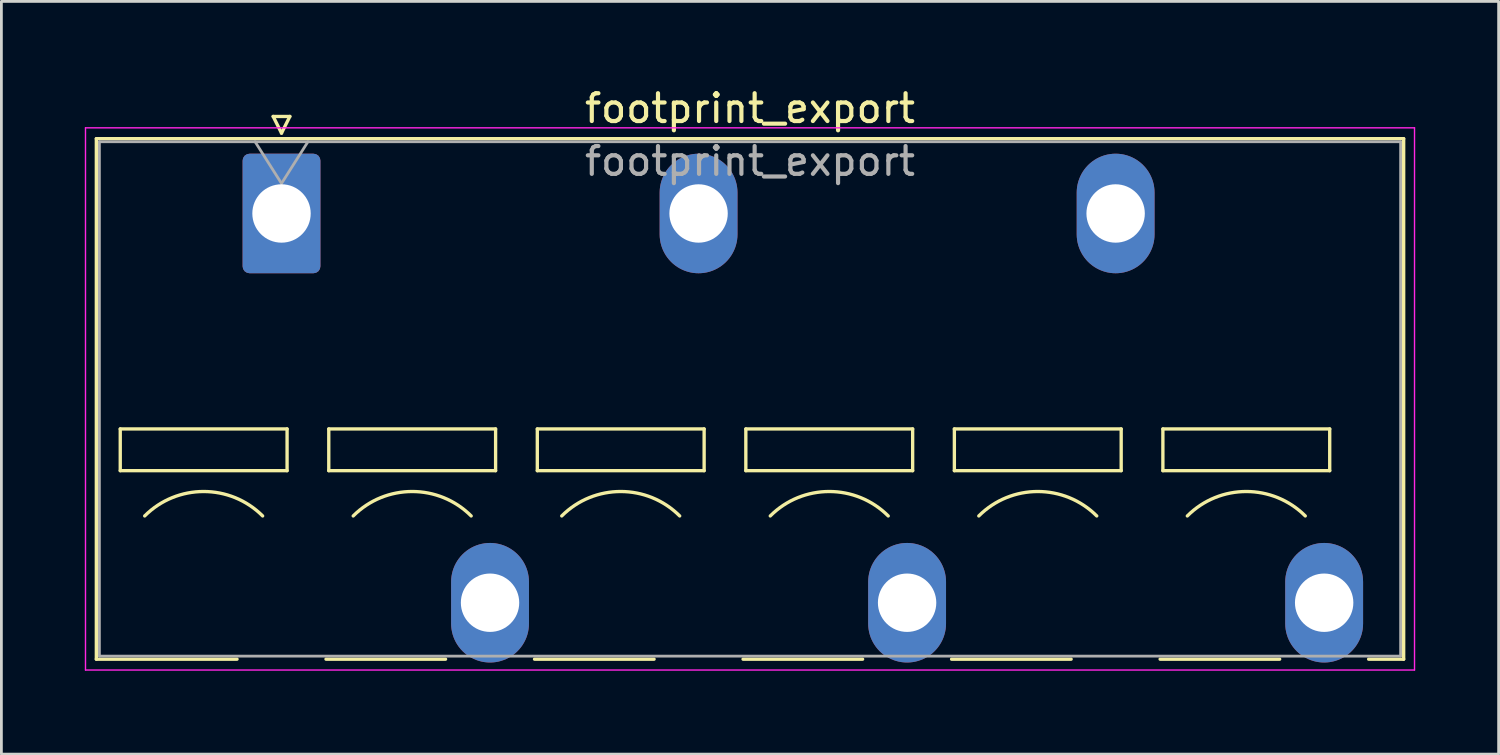
<source format=kicad_pcb>
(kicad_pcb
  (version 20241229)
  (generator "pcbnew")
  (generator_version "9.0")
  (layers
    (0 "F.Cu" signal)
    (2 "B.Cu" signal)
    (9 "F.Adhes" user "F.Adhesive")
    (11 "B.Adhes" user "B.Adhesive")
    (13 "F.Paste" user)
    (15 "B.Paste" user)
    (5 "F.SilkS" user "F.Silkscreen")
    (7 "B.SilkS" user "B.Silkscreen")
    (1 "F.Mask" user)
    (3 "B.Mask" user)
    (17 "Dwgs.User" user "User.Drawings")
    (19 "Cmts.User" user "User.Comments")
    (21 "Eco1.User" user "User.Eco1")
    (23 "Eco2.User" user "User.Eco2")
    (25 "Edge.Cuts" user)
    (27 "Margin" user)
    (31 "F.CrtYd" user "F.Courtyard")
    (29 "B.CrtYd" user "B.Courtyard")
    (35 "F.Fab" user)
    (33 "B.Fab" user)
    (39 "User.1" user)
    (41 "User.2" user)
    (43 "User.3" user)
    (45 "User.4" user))
  (footprint "footprint_export"
    (layer "F.Cu")
    (at 7.075 4.628)
    (property "Reference" "footprint_export" (at 16.85 -3.78 0) (layer "F.SilkS") (effects (font (size 1 1) (thickness 0.15))))
    (attr through_hole)
    (fp_line (start -6.66 -2.69) (end 40.36 -2.69) (stroke (width 0.12) (type solid)) (layer "F.SilkS"))
    (fp_line (start -6.66 16.03) (end -6.66 -2.69) (stroke (width 0.12) (type solid)) (layer "F.SilkS"))
    (fp_line (start -6.66 16.03) (end -1.6 16.03) (stroke (width 0.12) (type solid)) (layer "F.SilkS"))
    (fp_line (start -5.8 7.75) (end -5.8 9.25) (stroke (width 0.12) (type solid)) (layer "F.SilkS"))
    (fp_line (start -5.8 9.25) (end 0.2 9.25) (stroke (width 0.12) (type solid)) (layer "F.SilkS"))
    (fp_line (start -0.3 -3.49) (end 0 -2.89) (stroke (width 0.12) (type solid)) (layer "F.SilkS"))
    (fp_line (start -0.3 -3.49) (end 0.3 -3.49) (stroke (width 0.12) (type solid)) (layer "F.SilkS"))
    (fp_line (start 0.2 7.75) (end -5.8 7.75) (stroke (width 0.12) (type solid)) (layer "F.SilkS"))
    (fp_line (start 0.2 9.25) (end 0.2 7.75) (stroke (width 0.12) (type solid)) (layer "F.SilkS"))
    (fp_line (start 0.3 -3.49) (end 0 -2.89) (stroke (width 0.12) (type solid)) (layer "F.SilkS"))
    (fp_line (start 1.6 16.03) (end 5.9 16.03) (stroke (width 0.12) (type solid)) (layer "F.SilkS"))
    (fp_line (start 1.7 7.75) (end 1.7 9.25) (stroke (width 0.12) (type solid)) (layer "F.SilkS"))
    (fp_line (start 1.7 9.25) (end 7.7 9.25) (stroke (width 0.12) (type solid)) (layer "F.SilkS"))
    (fp_line (start 7.7 7.75) (end 1.7 7.75) (stroke (width 0.12) (type solid)) (layer "F.SilkS"))
    (fp_line (start 7.7 9.25) (end 7.7 7.75) (stroke (width 0.12) (type solid)) (layer "F.SilkS"))
    (fp_line (start 9.1 16.03) (end 13.4 16.03) (stroke (width 0.12) (type solid)) (layer "F.SilkS"))
    (fp_line (start 9.2 7.75) (end 9.2 9.25) (stroke (width 0.12) (type solid)) (layer "F.SilkS"))
    (fp_line (start 9.2 9.25) (end 15.2 9.25) (stroke (width 0.12) (type solid)) (layer "F.SilkS"))
    (fp_line (start 15.2 7.75) (end 9.2 7.75) (stroke (width 0.12) (type solid)) (layer "F.SilkS"))
    (fp_line (start 15.2 9.25) (end 15.2 7.75) (stroke (width 0.12) (type solid)) (layer "F.SilkS"))
    (fp_line (start 16.6 16.03) (end 20.9 16.03) (stroke (width 0.12) (type solid)) (layer "F.SilkS"))
    (fp_line (start 16.7 7.75) (end 16.7 9.25) (stroke (width 0.12) (type solid)) (layer "F.SilkS"))
    (fp_line (start 16.7 9.25) (end 22.7 9.25) (stroke (width 0.12) (type solid)) (layer "F.SilkS"))
    (fp_line (start 22.7 7.75) (end 16.7 7.75) (stroke (width 0.12) (type solid)) (layer "F.SilkS"))
    (fp_line (start 22.7 9.25) (end 22.7 7.75) (stroke (width 0.12) (type solid)) (layer "F.SilkS"))
    (fp_line (start 24.1 16.03) (end 28.4 16.03) (stroke (width 0.12) (type solid)) (layer "F.SilkS"))
    (fp_line (start 24.2 7.75) (end 24.2 9.25) (stroke (width 0.12) (type solid)) (layer "F.SilkS"))
    (fp_line (start 24.2 9.25) (end 30.2 9.25) (stroke (width 0.12) (type solid)) (layer "F.SilkS"))
    (fp_line (start 30.2 7.75) (end 24.2 7.75) (stroke (width 0.12) (type solid)) (layer "F.SilkS"))
    (fp_line (start 30.2 9.25) (end 30.2 7.75) (stroke (width 0.12) (type solid)) (layer "F.SilkS"))
    (fp_line (start 31.6 16.03) (end 35.9 16.03) (stroke (width 0.12) (type solid)) (layer "F.SilkS"))
    (fp_line (start 31.7 7.75) (end 31.7 9.25) (stroke (width 0.12) (type solid)) (layer "F.SilkS"))
    (fp_line (start 31.7 9.25) (end 37.7 9.25) (stroke (width 0.12) (type solid)) (layer "F.SilkS"))
    (fp_line (start 37.7 7.75) (end 31.7 7.75) (stroke (width 0.12) (type solid)) (layer "F.SilkS"))
    (fp_line (start 37.7 9.25) (end 37.7 7.75) (stroke (width 0.12) (type solid)) (layer "F.SilkS"))
    (fp_line (start 39.1 16.03) (end 40.36 16.03) (stroke (width 0.12) (type solid)) (layer "F.SilkS"))
    (fp_line (start 40.36 -2.69) (end 40.36 16.03) (stroke (width 0.12) (type solid)) (layer "F.SilkS"))
    (fp_arc (start -4.92132 10.87868) (mid -2.8 10) (end -0.67868 10.87868) (stroke (width 0.12) (type solid)) (layer "F.SilkS"))
    (fp_arc (start 2.57868 10.87868) (mid 4.7 10) (end 6.82132 10.87868) (stroke (width 0.12) (type solid)) (layer "F.SilkS"))
    (fp_arc (start 10.07868 10.87868) (mid 12.2 10) (end 14.32132 10.87868) (stroke (width 0.12) (type solid)) (layer "F.SilkS"))
    (fp_arc (start 17.57868 10.87868) (mid 19.7 10) (end 21.82132 10.87868) (stroke (width 0.12) (type solid)) (layer "F.SilkS"))
    (fp_arc (start 25.07868 10.87868) (mid 27.2 10) (end 29.32132 10.87868) (stroke (width 0.12) (type solid)) (layer "F.SilkS"))
    (fp_arc (start 32.57868 10.87868) (mid 34.7 10) (end 36.82132 10.87868) (stroke (width 0.12) (type solid)) (layer "F.SilkS"))
    (fp_line (start -7.05 -3.08) (end -7.05 16.42) (stroke (width 0.05) (type solid)) (layer "F.CrtYd"))
    (fp_line (start -7.05 16.42) (end 40.75 16.42) (stroke (width 0.05) (type solid)) (layer "F.CrtYd"))
    (fp_line (start 40.75 -3.08) (end -7.05 -3.08) (stroke (width 0.05) (type solid)) (layer "F.CrtYd"))
    (fp_line (start 40.75 16.42) (end 40.75 -3.08) (stroke (width 0.05) (type solid)) (layer "F.CrtYd"))
    (fp_line (start -6.55 -2.58) (end -6.55 15.92) (stroke (width 0.1) (type solid)) (layer "F.Fab"))
    (fp_line (start -6.55 15.92) (end 40.25 15.92) (stroke (width 0.1) (type solid)) (layer "F.Fab"))
    (fp_line (start -0.95 -2.58) (end 0 -1.08) (stroke (width 0.1) (type solid)) (layer "F.Fab"))
    (fp_line (start 0.95 -2.58) (end 0 -1.08) (stroke (width 0.1) (type solid)) (layer "F.Fab"))
    (fp_line (start 40.25 -2.58) (end -6.55 -2.58) (stroke (width 0.1) (type solid)) (layer "F.Fab"))
    (fp_line (start 40.25 15.92) (end 40.25 -2.58) (stroke (width 0.1) (type solid)) (layer "F.Fab"))
    (fp_text user "${REFERENCE}" (at 16.85 -1.88 0) (layer "F.Fab") (effects (font (size 1 1) (thickness 0.15))))
    (pad "1" thru_hole roundrect (at 0 0) (size 2.8 4.3) (drill 2.1) (layers "*.Cu" "*.Mask") (roundrect_rratio 0.089))
    (pad "2" thru_hole oval (at 7.5 14) (size 2.8 4.3) (drill 2.1) (layers "*.Cu" "*.Mask"))
    (pad "3" thru_hole oval (at 15 0) (size 2.8 4.3) (drill 2.1) (layers "*.Cu" "*.Mask"))
    (pad "4" thru_hole oval (at 22.5 14) (size 2.8 4.3) (drill 2.1) (layers "*.Cu" "*.Mask"))
    (pad "5" thru_hole oval (at 30 0) (size 2.8 4.3) (drill 2.1) (layers "*.Cu" "*.Mask"))
    (pad "6" thru_hole oval (at 37.5 14) (size 2.8 4.3) (drill 2.1) (layers "*.Cu" "*.Mask")))
  (gr_rect
    (start -3 -3)
    (end 50.85 24.073)
    (stroke (width 0.1) (type default))
    (fill no)
    (layer "Edge.Cuts")))
</source>
